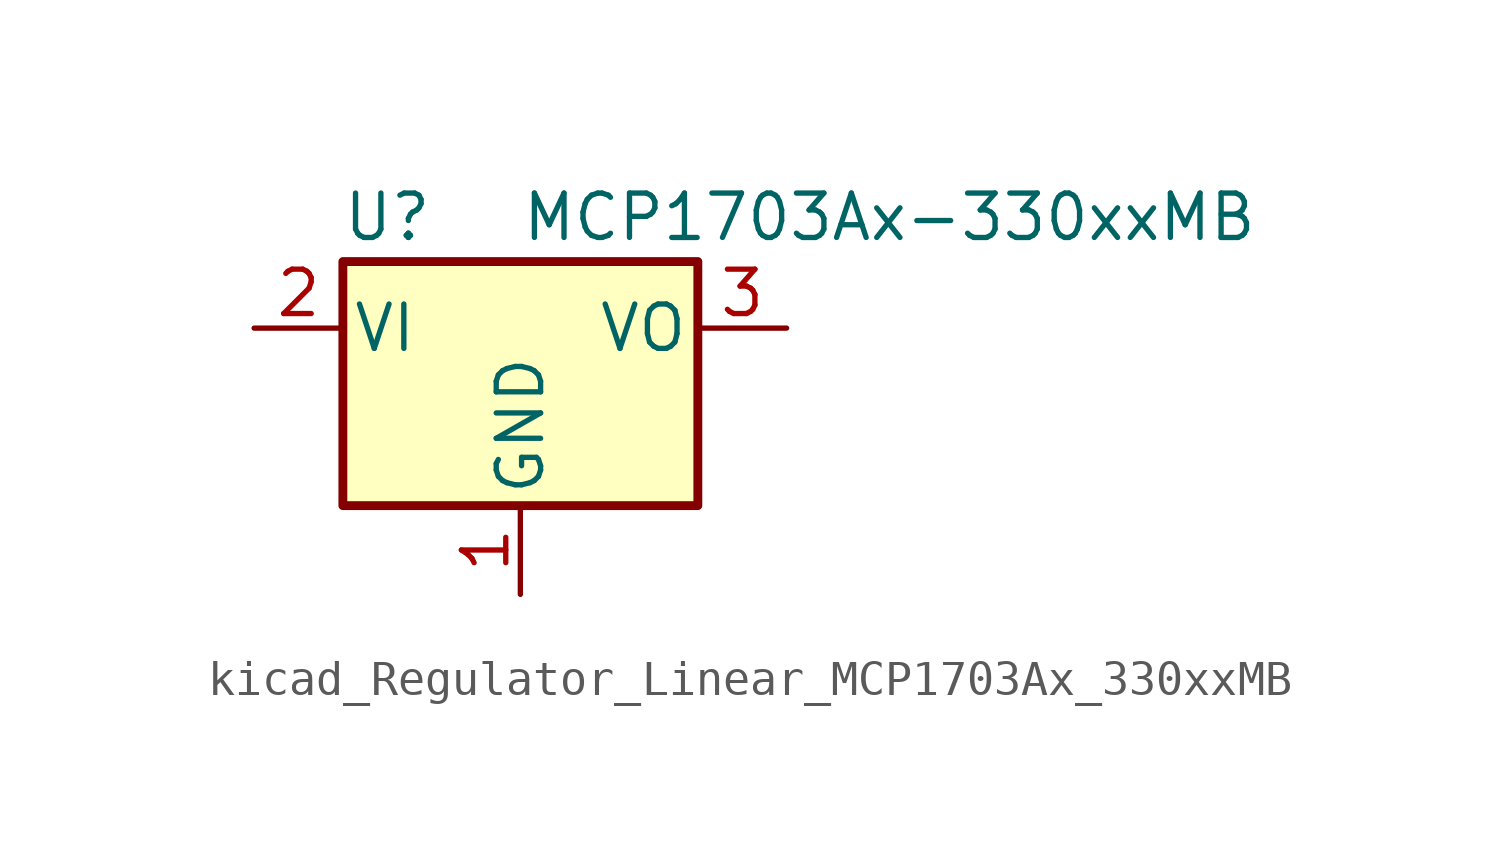
<source format=kicad_sym>
(kicad_symbol_lib
  (version 20220914)
  (generator kicad_symbol_editor)
  (symbol "kicad_Regulator_Linear_MCP1703Ax_330xxMB"
    (pin_names
      (offset 0.254))
    (property "Reference" "U"
      (at -3.81 3.175 0)
      (effects (font (size 1.27 1.27))))
    (property "Value" "MCP1703Ax-330xxMB"
      (at 0 3.175 0)
      (effects (font (size 1.27 1.27)) (justify left)))
    (symbol "kicad_Regulator_Linear_MCP1703Ax_330xxMB_0_1"
      (rectangle (start -5.08 -5.08) (end 5.08 1.905) (stroke (width 0.254) (type default)) (fill (type background))))
    (symbol "kicad_Regulator_Linear_MCP1703Ax_330xxMB_1_1"
      (pin power_in line (at 0 -7.62 90) (length 2.54) (name "GND" (effects (font (size 1.27 1.27)))) (number "1" (effects (font (size 1.27 1.27)))))
      (pin power_in line (at -7.62 0 0) (length 2.54) (name "VI" (effects (font (size 1.27 1.27)))) (number "2" (effects (font (size 1.27 1.27)))))
      (pin power_out line (at 7.62 0 180) (length 2.54) (name "VO" (effects (font (size 1.27 1.27)))) (number "3" (effects (font (size 1.27 1.27))))))))
</source>
